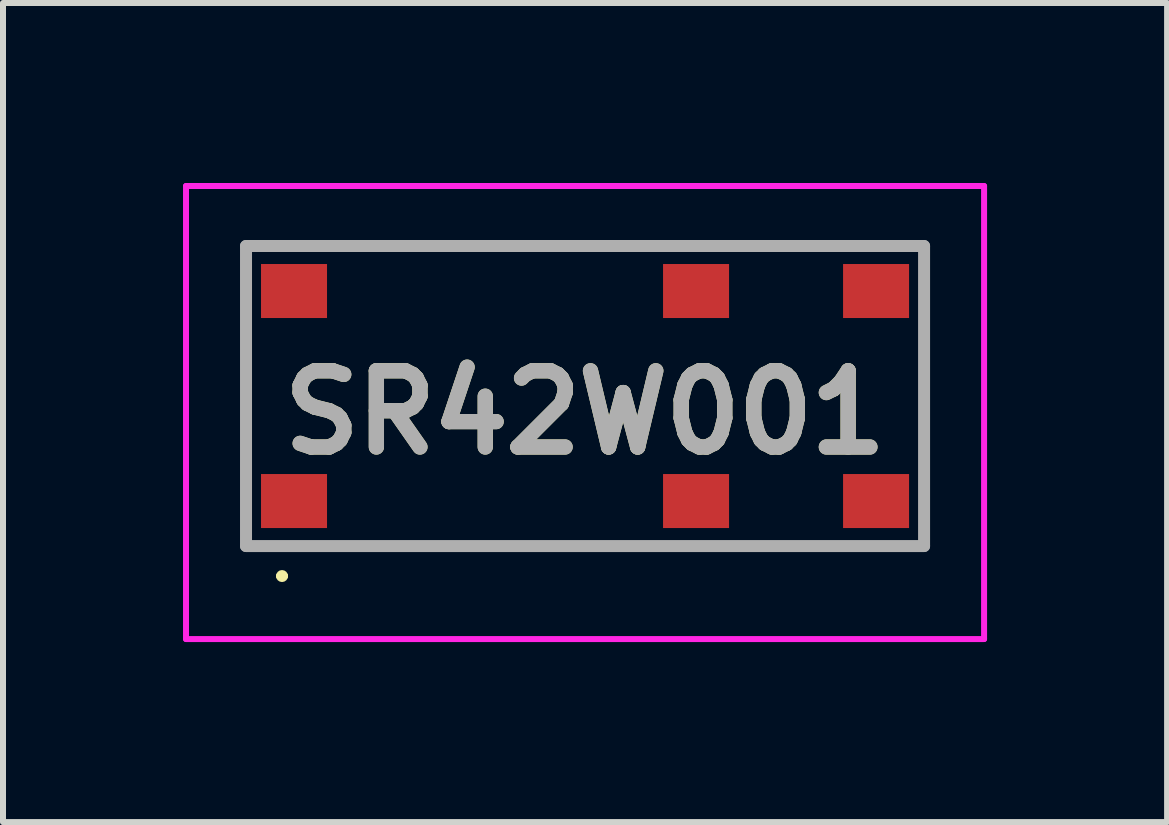
<source format=kicad_pcb>
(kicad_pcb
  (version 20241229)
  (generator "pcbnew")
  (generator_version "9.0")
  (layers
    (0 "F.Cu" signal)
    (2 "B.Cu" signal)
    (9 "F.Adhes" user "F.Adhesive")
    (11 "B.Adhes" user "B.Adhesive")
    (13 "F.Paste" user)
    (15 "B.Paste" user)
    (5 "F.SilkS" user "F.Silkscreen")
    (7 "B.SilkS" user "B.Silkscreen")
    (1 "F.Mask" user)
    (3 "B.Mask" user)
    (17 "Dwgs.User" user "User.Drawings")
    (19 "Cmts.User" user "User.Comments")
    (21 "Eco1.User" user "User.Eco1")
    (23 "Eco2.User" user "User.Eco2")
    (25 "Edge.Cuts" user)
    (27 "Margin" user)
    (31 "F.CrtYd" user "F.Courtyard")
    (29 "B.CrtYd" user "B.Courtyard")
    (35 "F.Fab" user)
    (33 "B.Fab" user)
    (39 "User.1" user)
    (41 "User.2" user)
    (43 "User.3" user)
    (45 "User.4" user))
  (footprint "SR42W001"
    (layer "F.Cu")
    (at 6.7 3.55)
    (property "Reference" "SR42W001" (at 0 0.275 0) (layer "F.SilkS") (effects (font (size 1.27 1.27) (thickness 0.254))))
    (attr smd)
    (fp_line (start -5.65 -2.5) (end 5.65 -2.5) (stroke (width 0.1) (type solid)) (layer "F.SilkS"))
    (fp_line (start -5.65 2.5) (end -5.65 -2.5) (stroke (width 0.1) (type solid)) (layer "F.SilkS"))
    (fp_line (start -5.1 3) (end -5.1 3) (stroke (width 0.1) (type solid)) (layer "F.SilkS"))
    (fp_line (start -5 3) (end -5 3) (stroke (width 0.1) (type solid)) (layer "F.SilkS"))
    (fp_line (start 5.65 -2.5) (end 5.65 2.5) (stroke (width 0.1) (type solid)) (layer "F.SilkS"))
    (fp_line (start 5.65 2.5) (end -5.65 2.5) (stroke (width 0.1) (type solid)) (layer "F.SilkS"))
    (fp_arc (start -5.1 3) (mid -5.05 2.95) (end -5 3) (stroke (width 0.1) (type solid)) (layer "F.SilkS"))
    (fp_arc (start -5 3) (mid -5.05 3.05) (end -5.1 3) (stroke (width 0.1) (type solid)) (layer "F.SilkS"))
    (fp_line (start -6.65 -3.5) (end 6.65 -3.5) (stroke (width 0.1) (type solid)) (layer "F.CrtYd"))
    (fp_line (start -6.65 4.05) (end -6.65 -3.5) (stroke (width 0.1) (type solid)) (layer "F.CrtYd"))
    (fp_line (start 6.65 -3.5) (end 6.65 4.05) (stroke (width 0.1) (type solid)) (layer "F.CrtYd"))
    (fp_line (start 6.65 4.05) (end -6.65 4.05) (stroke (width 0.1) (type solid)) (layer "F.CrtYd"))
    (fp_line (start -5.65 -2.5) (end 5.65 -2.5) (stroke (width 0.2) (type solid)) (layer "F.Fab"))
    (fp_line (start -5.65 2.5) (end -5.65 -2.5) (stroke (width 0.2) (type solid)) (layer "F.Fab"))
    (fp_line (start 5.65 -2.5) (end 5.65 2.5) (stroke (width 0.2) (type solid)) (layer "F.Fab"))
    (fp_line (start 5.65 2.5) (end -5.65 2.5) (stroke (width 0.2) (type solid)) (layer "F.Fab"))
    (fp_text user "${REFERENCE}" (at 0 0.275 0) (layer "F.Fab") (effects (font (size 1.27 1.27) (thickness 0.254))))
    (pad "1" smd rect (at -4.85 1.75 90) (size 0.9 1.1) (layers "F.Cu" "F.Mask" "F.Paste"))
    (pad "2" smd rect (at 1.85 1.75 90) (size 0.9 1.1) (layers "F.Cu" "F.Mask" "F.Paste"))
    (pad "3" smd rect (at 4.85 1.75 90) (size 0.9 1.1) (layers "F.Cu" "F.Mask" "F.Paste"))
    (pad "4" smd rect (at 4.85 -1.75 90) (size 0.9 1.1) (layers "F.Cu" "F.Mask" "F.Paste"))
    (pad "5" smd rect (at 1.85 -1.75 90) (size 0.9 1.1) (layers "F.Cu" "F.Mask" "F.Paste"))
    (pad "6" smd rect (at -4.85 -1.75 90) (size 0.9 1.1) (layers "F.Cu" "F.Mask" "F.Paste")))
  (gr_rect
    (start -3 -3)
    (end 16.4 10.65)
    (stroke (width 0.1) (type default))
    (fill no)
    (layer "Edge.Cuts")))
</source>
